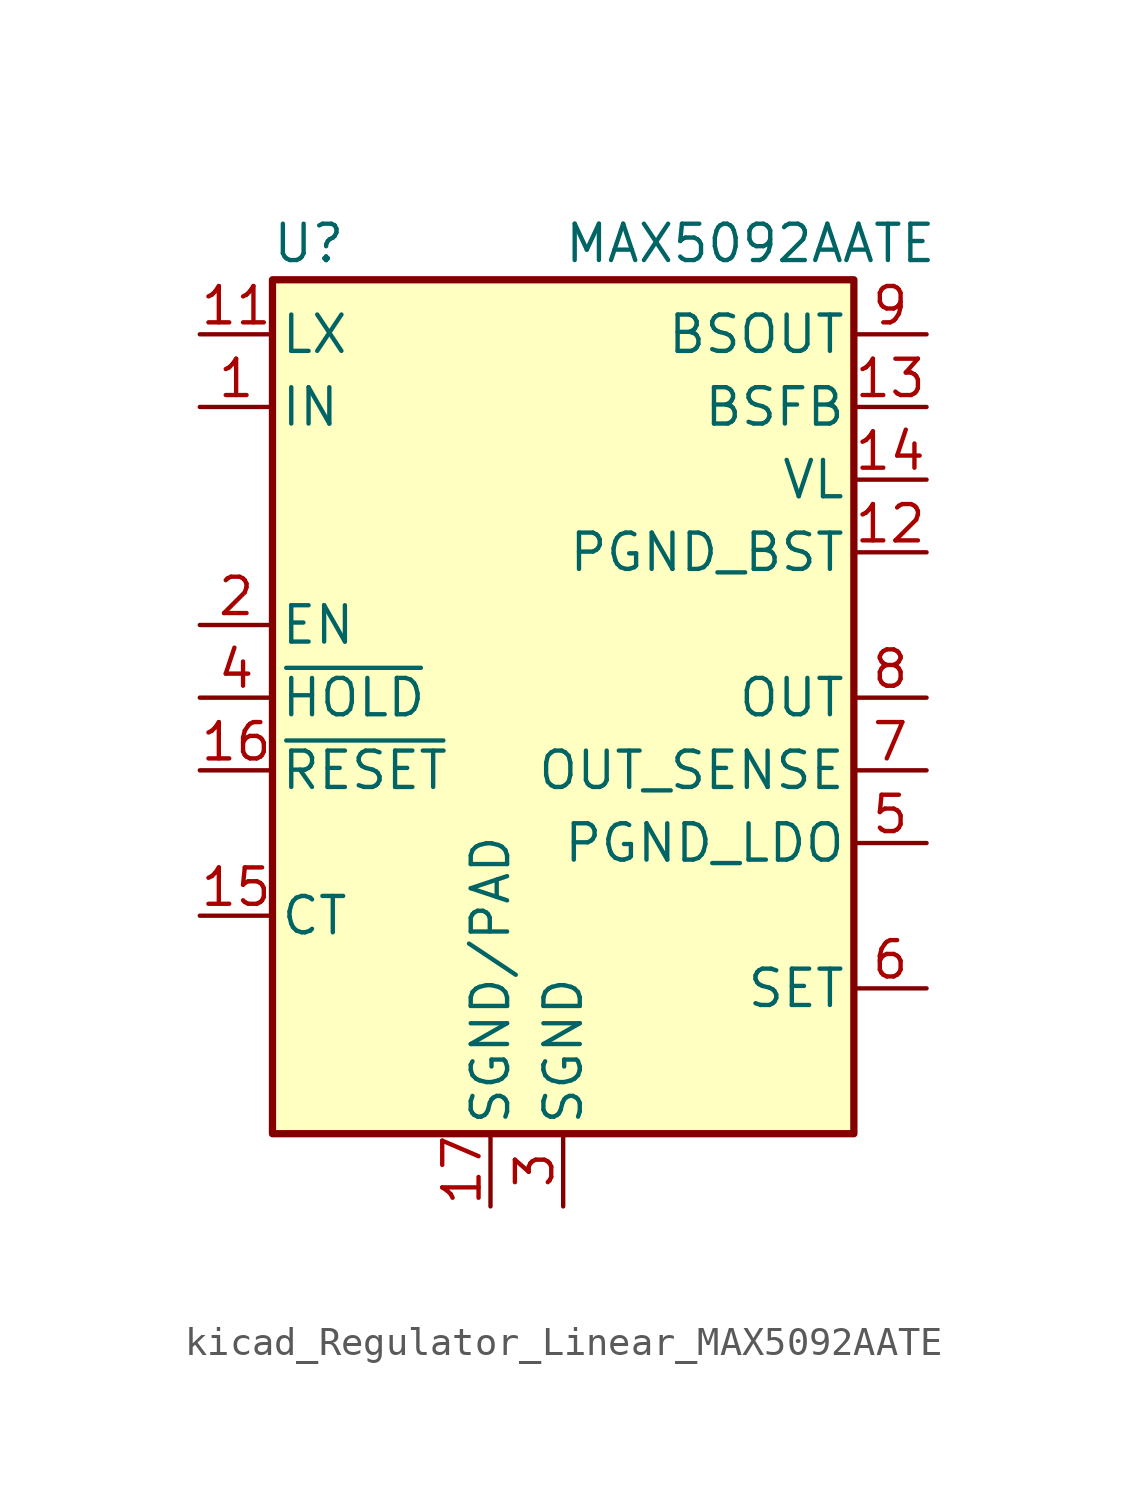
<source format=kicad_sym>
(kicad_symbol_lib
  (version 20220914)
  (generator kicad_symbol_editor)
  (symbol "kicad_Regulator_Linear_MAX5092AATE"
    (pin_names
      (offset 0.254))
    (property "Reference" "U"
      (at -8.89 15.875 0)
      (effects (font (size 1.27 1.27))))
    (property "Value" "MAX5092AATE"
      (at 0 15.875 0)
      (effects (font (size 1.27 1.27)) (justify left)))
    (symbol "kicad_Regulator_Linear_MAX5092AATE_0_1"
      (rectangle (start -10.16 14.605) (end 10.16 -15.24) (stroke (width 0.254) (type default)) (fill (type background))))
    (symbol "kicad_Regulator_Linear_MAX5092AATE_1_1"
      (pin power_in line (at -12.7 10.16 0) (length 2.54) (name "IN" (effects (font (size 1.27 1.27)))) (number "1" (effects (font (size 1.27 1.27)))))
      (pin passive line (at -12.7 12.7 0) (length 2.54) hide (name "LX" (effects (font (size 1.27 1.27)))) (number "10" (effects (font (size 1.27 1.27)))))
      (pin passive line (at -12.7 12.7 0) (length 2.54) (name "LX" (effects (font (size 1.27 1.27)))) (number "11" (effects (font (size 1.27 1.27)))))
      (pin power_in line (at 12.7 5.08 180) (length 2.54) (name "PGND_BST" (effects (font (size 1.27 1.27)))) (number "12" (effects (font (size 1.27 1.27)))))
      (pin input line (at 12.7 10.16 180) (length 2.54) (name "BSFB" (effects (font (size 1.27 1.27)))) (number "13" (effects (font (size 1.27 1.27)))))
      (pin passive line (at 12.7 7.62 180) (length 2.54) (name "VL" (effects (font (size 1.27 1.27)))) (number "14" (effects (font (size 1.27 1.27)))))
      (pin passive line (at -12.7 -7.62 0) (length 2.54) (name "CT" (effects (font (size 1.27 1.27)))) (number "15" (effects (font (size 1.27 1.27)))))
      (pin open_collector line (at -12.7 -2.54 0) (length 2.54) (name "~{RESET}" (effects (font (size 1.27 1.27)))) (number "16" (effects (font (size 1.27 1.27)))))
      (pin power_in line (at -2.54 -17.78 90) (length 2.54) (name "SGND/PAD" (effects (font (size 1.27 1.27)))) (number "17" (effects (font (size 1.27 1.27)))))
      (pin input line (at -12.7 2.54 0) (length 2.54) (name "EN" (effects (font (size 1.27 1.27)))) (number "2" (effects (font (size 1.27 1.27)))))
      (pin power_in line (at 0 -17.78 90) (length 2.54) (name "SGND" (effects (font (size 1.27 1.27)))) (number "3" (effects (font (size 1.27 1.27)))))
      (pin input line (at -12.7 0 0) (length 2.54) (name "~{HOLD}" (effects (font (size 1.27 1.27)))) (number "4" (effects (font (size 1.27 1.27)))))
      (pin power_in line (at 12.7 -5.08 180) (length 2.54) (name "PGND_LDO" (effects (font (size 1.27 1.27)))) (number "5" (effects (font (size 1.27 1.27)))))
      (pin input line (at 12.7 -10.16 180) (length 2.54) (name "SET" (effects (font (size 1.27 1.27)))) (number "6" (effects (font (size 1.27 1.27)))))
      (pin input line (at 12.7 -2.54 180) (length 2.54) (name "OUT_SENSE" (effects (font (size 1.27 1.27)))) (number "7" (effects (font (size 1.27 1.27)))))
      (pin power_out line (at 12.7 0 180) (length 2.54) (name "OUT" (effects (font (size 1.27 1.27)))) (number "8" (effects (font (size 1.27 1.27)))))
      (pin power_out line (at 12.7 12.7 180) (length 2.54) (name "BSOUT" (effects (font (size 1.27 1.27)))) (number "9" (effects (font (size 1.27 1.27))))))))
</source>
